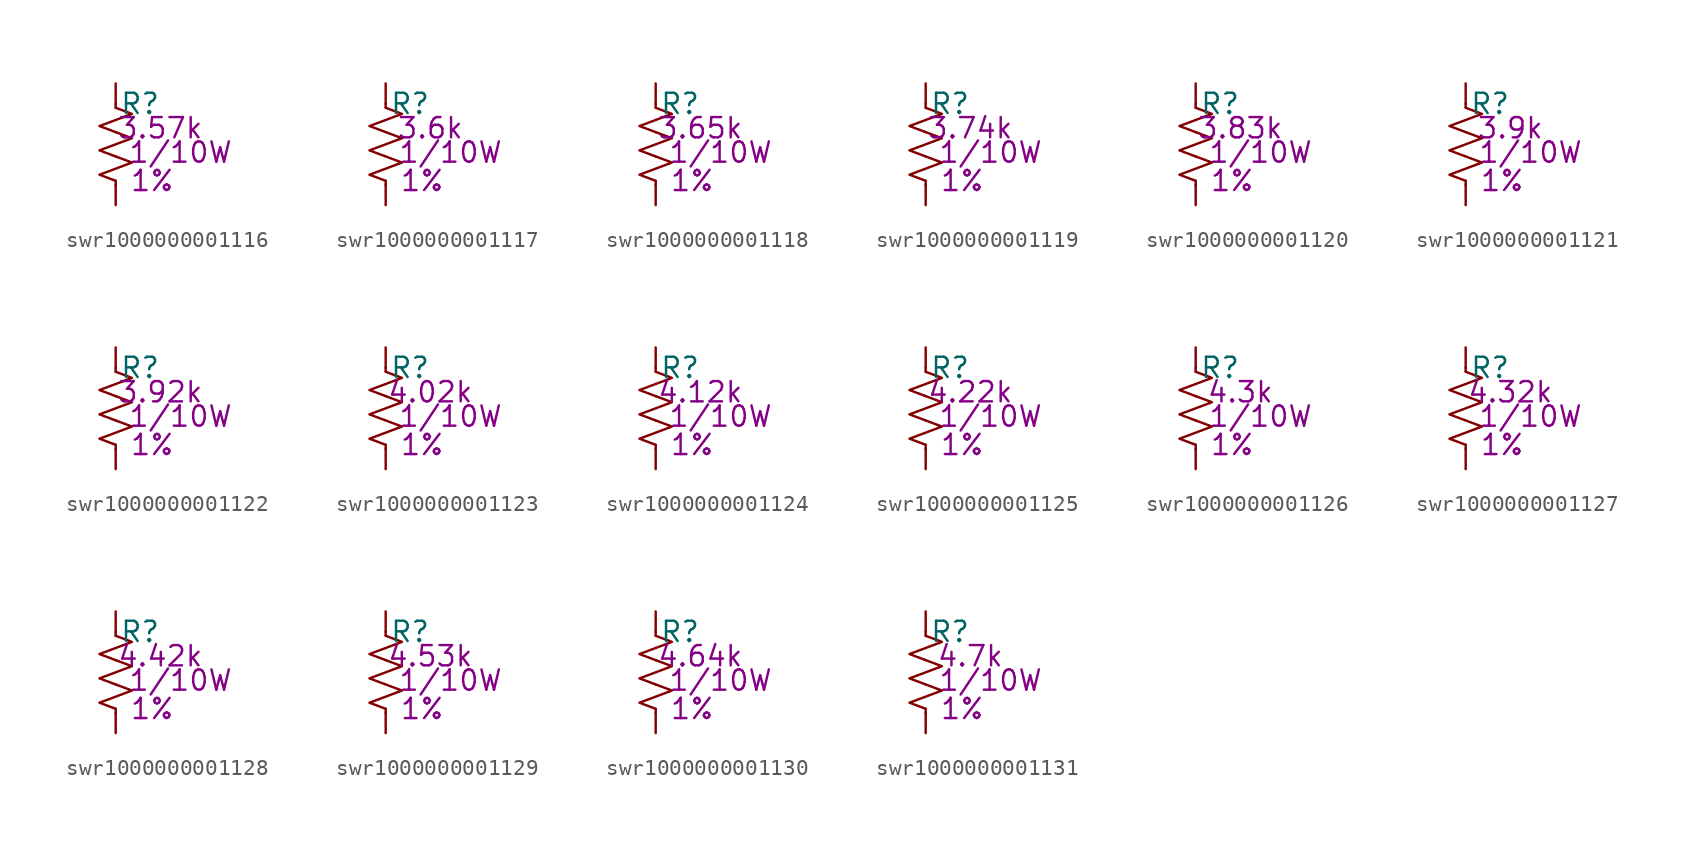
<source format=kicad_sym>
(kicad_symbol_lib
  (version 20211014)
  (generator kicad_symbol_editor)
  (symbol "swr1000000001116"
    (pin_numbers hide)
    (pin_names
      (offset 1.016))
    (property "Reference" "R"
      (at 1.524 2.54 0)
      (effects (font (size 1.27 1.27))))
    (property "Tolerance" "1%"
      (at 2.286 -2.286 0)
      (effects (font (size 1.27 1.27))))
    (property "Wattage" "1/10W"
      (at 4.064 -0.508 0)
      (effects (font (size 1.27 1.27))))
    (property "PartValue" "3.57k"
      (at 2.794 1.016 0)
      (effects (font (size 1.27 1.27))))
    (symbol "swr1000000001116_1_1"
      (polyline (pts (xy 0 -2.286) (xy 0 -2.54)) (stroke (width 0) (type default) (color 0 0 0 0)) (fill (type none)))
      (polyline (pts (xy 0 2.286) (xy 0 2.54)) (stroke (width 0) (type default) (color 0 0 0 0)) (fill (type none)))
      (polyline (pts (xy 0 -0.762) (xy 1.016 -1.143) (xy 0 -1.524) (xy -1.016 -1.905) (xy 0 -2.286)) (stroke (width 0) (type default) (color 0 0 0 0)) (fill (type none)))
      (polyline (pts (xy 0 0.762) (xy 1.016 0.381) (xy 0 0) (xy -1.016 -0.381) (xy 0 -0.762)) (stroke (width 0) (type default) (color 0 0 0 0)) (fill (type none)))
      (polyline (pts (xy 0 2.286) (xy 1.016 1.905) (xy 0 1.524) (xy -1.016 1.143) (xy 0 0.762)) (stroke (width 0) (type default) (color 0 0 0 0)) (fill (type none)))
      (pin passive line (at 0 3.81 270) (length 1.27) (name "~" (effects (font (size 1.27 1.27)))) (number "1" (effects (font (size 1.27 1.27)))))
      (pin passive line (at 0 -3.81 90) (length 1.27) (name "~" (effects (font (size 1.27 1.27)))) (number "2" (effects (font (size 1.27 1.27)))))))
  (symbol "swr1000000001117"
    (pin_numbers hide)
    (pin_names
      (offset 1.016))
    (property "Reference" "R"
      (at 1.524 2.54 0)
      (effects (font (size 1.27 1.27))))
    (property "Tolerance" "1%"
      (at 2.286 -2.286 0)
      (effects (font (size 1.27 1.27))))
    (property "Wattage" "1/10W"
      (at 4.064 -0.508 0)
      (effects (font (size 1.27 1.27))))
    (property "PartValue" "3.6k"
      (at 2.794 1.016 0)
      (effects (font (size 1.27 1.27))))
    (symbol "swr1000000001117_1_1"
      (polyline (pts (xy 0 -2.286) (xy 0 -2.54)) (stroke (width 0) (type default) (color 0 0 0 0)) (fill (type none)))
      (polyline (pts (xy 0 2.286) (xy 0 2.54)) (stroke (width 0) (type default) (color 0 0 0 0)) (fill (type none)))
      (polyline (pts (xy 0 -0.762) (xy 1.016 -1.143) (xy 0 -1.524) (xy -1.016 -1.905) (xy 0 -2.286)) (stroke (width 0) (type default) (color 0 0 0 0)) (fill (type none)))
      (polyline (pts (xy 0 0.762) (xy 1.016 0.381) (xy 0 0) (xy -1.016 -0.381) (xy 0 -0.762)) (stroke (width 0) (type default) (color 0 0 0 0)) (fill (type none)))
      (polyline (pts (xy 0 2.286) (xy 1.016 1.905) (xy 0 1.524) (xy -1.016 1.143) (xy 0 0.762)) (stroke (width 0) (type default) (color 0 0 0 0)) (fill (type none)))
      (pin passive line (at 0 3.81 270) (length 1.27) (name "~" (effects (font (size 1.27 1.27)))) (number "1" (effects (font (size 1.27 1.27)))))
      (pin passive line (at 0 -3.81 90) (length 1.27) (name "~" (effects (font (size 1.27 1.27)))) (number "2" (effects (font (size 1.27 1.27)))))))
  (symbol "swr1000000001118"
    (pin_numbers hide)
    (pin_names
      (offset 1.016))
    (property "Reference" "R"
      (at 1.524 2.54 0)
      (effects (font (size 1.27 1.27))))
    (property "Tolerance" "1%"
      (at 2.286 -2.286 0)
      (effects (font (size 1.27 1.27))))
    (property "Wattage" "1/10W"
      (at 4.064 -0.508 0)
      (effects (font (size 1.27 1.27))))
    (property "PartValue" "3.65k"
      (at 2.794 1.016 0)
      (effects (font (size 1.27 1.27))))
    (symbol "swr1000000001118_1_1"
      (polyline (pts (xy 0 -2.286) (xy 0 -2.54)) (stroke (width 0) (type default) (color 0 0 0 0)) (fill (type none)))
      (polyline (pts (xy 0 2.286) (xy 0 2.54)) (stroke (width 0) (type default) (color 0 0 0 0)) (fill (type none)))
      (polyline (pts (xy 0 -0.762) (xy 1.016 -1.143) (xy 0 -1.524) (xy -1.016 -1.905) (xy 0 -2.286)) (stroke (width 0) (type default) (color 0 0 0 0)) (fill (type none)))
      (polyline (pts (xy 0 0.762) (xy 1.016 0.381) (xy 0 0) (xy -1.016 -0.381) (xy 0 -0.762)) (stroke (width 0) (type default) (color 0 0 0 0)) (fill (type none)))
      (polyline (pts (xy 0 2.286) (xy 1.016 1.905) (xy 0 1.524) (xy -1.016 1.143) (xy 0 0.762)) (stroke (width 0) (type default) (color 0 0 0 0)) (fill (type none)))
      (pin passive line (at 0 3.81 270) (length 1.27) (name "~" (effects (font (size 1.27 1.27)))) (number "1" (effects (font (size 1.27 1.27)))))
      (pin passive line (at 0 -3.81 90) (length 1.27) (name "~" (effects (font (size 1.27 1.27)))) (number "2" (effects (font (size 1.27 1.27)))))))
  (symbol "swr1000000001119"
    (pin_numbers hide)
    (pin_names
      (offset 1.016))
    (property "Reference" "R"
      (at 1.524 2.54 0)
      (effects (font (size 1.27 1.27))))
    (property "Tolerance" "1%"
      (at 2.286 -2.286 0)
      (effects (font (size 1.27 1.27))))
    (property "Wattage" "1/10W"
      (at 4.064 -0.508 0)
      (effects (font (size 1.27 1.27))))
    (property "PartValue" "3.74k"
      (at 2.794 1.016 0)
      (effects (font (size 1.27 1.27))))
    (symbol "swr1000000001119_1_1"
      (polyline (pts (xy 0 -2.286) (xy 0 -2.54)) (stroke (width 0) (type default) (color 0 0 0 0)) (fill (type none)))
      (polyline (pts (xy 0 2.286) (xy 0 2.54)) (stroke (width 0) (type default) (color 0 0 0 0)) (fill (type none)))
      (polyline (pts (xy 0 -0.762) (xy 1.016 -1.143) (xy 0 -1.524) (xy -1.016 -1.905) (xy 0 -2.286)) (stroke (width 0) (type default) (color 0 0 0 0)) (fill (type none)))
      (polyline (pts (xy 0 0.762) (xy 1.016 0.381) (xy 0 0) (xy -1.016 -0.381) (xy 0 -0.762)) (stroke (width 0) (type default) (color 0 0 0 0)) (fill (type none)))
      (polyline (pts (xy 0 2.286) (xy 1.016 1.905) (xy 0 1.524) (xy -1.016 1.143) (xy 0 0.762)) (stroke (width 0) (type default) (color 0 0 0 0)) (fill (type none)))
      (pin passive line (at 0 3.81 270) (length 1.27) (name "~" (effects (font (size 1.27 1.27)))) (number "1" (effects (font (size 1.27 1.27)))))
      (pin passive line (at 0 -3.81 90) (length 1.27) (name "~" (effects (font (size 1.27 1.27)))) (number "2" (effects (font (size 1.27 1.27)))))))
  (symbol "swr1000000001120"
    (pin_numbers hide)
    (pin_names
      (offset 1.016))
    (property "Reference" "R"
      (at 1.524 2.54 0)
      (effects (font (size 1.27 1.27))))
    (property "Tolerance" "1%"
      (at 2.286 -2.286 0)
      (effects (font (size 1.27 1.27))))
    (property "Wattage" "1/10W"
      (at 4.064 -0.508 0)
      (effects (font (size 1.27 1.27))))
    (property "PartValue" "3.83k"
      (at 2.794 1.016 0)
      (effects (font (size 1.27 1.27))))
    (symbol "swr1000000001120_1_1"
      (polyline (pts (xy 0 -2.286) (xy 0 -2.54)) (stroke (width 0) (type default) (color 0 0 0 0)) (fill (type none)))
      (polyline (pts (xy 0 2.286) (xy 0 2.54)) (stroke (width 0) (type default) (color 0 0 0 0)) (fill (type none)))
      (polyline (pts (xy 0 -0.762) (xy 1.016 -1.143) (xy 0 -1.524) (xy -1.016 -1.905) (xy 0 -2.286)) (stroke (width 0) (type default) (color 0 0 0 0)) (fill (type none)))
      (polyline (pts (xy 0 0.762) (xy 1.016 0.381) (xy 0 0) (xy -1.016 -0.381) (xy 0 -0.762)) (stroke (width 0) (type default) (color 0 0 0 0)) (fill (type none)))
      (polyline (pts (xy 0 2.286) (xy 1.016 1.905) (xy 0 1.524) (xy -1.016 1.143) (xy 0 0.762)) (stroke (width 0) (type default) (color 0 0 0 0)) (fill (type none)))
      (pin passive line (at 0 3.81 270) (length 1.27) (name "~" (effects (font (size 1.27 1.27)))) (number "1" (effects (font (size 1.27 1.27)))))
      (pin passive line (at 0 -3.81 90) (length 1.27) (name "~" (effects (font (size 1.27 1.27)))) (number "2" (effects (font (size 1.27 1.27)))))))
  (symbol "swr1000000001121"
    (pin_numbers hide)
    (pin_names
      (offset 1.016))
    (property "Reference" "R"
      (at 1.524 2.54 0)
      (effects (font (size 1.27 1.27))))
    (property "Tolerance" "1%"
      (at 2.286 -2.286 0)
      (effects (font (size 1.27 1.27))))
    (property "Wattage" "1/10W"
      (at 4.064 -0.508 0)
      (effects (font (size 1.27 1.27))))
    (property "PartValue" "3.9k"
      (at 2.794 1.016 0)
      (effects (font (size 1.27 1.27))))
    (symbol "swr1000000001121_1_1"
      (polyline (pts (xy 0 -2.286) (xy 0 -2.54)) (stroke (width 0) (type default) (color 0 0 0 0)) (fill (type none)))
      (polyline (pts (xy 0 2.286) (xy 0 2.54)) (stroke (width 0) (type default) (color 0 0 0 0)) (fill (type none)))
      (polyline (pts (xy 0 -0.762) (xy 1.016 -1.143) (xy 0 -1.524) (xy -1.016 -1.905) (xy 0 -2.286)) (stroke (width 0) (type default) (color 0 0 0 0)) (fill (type none)))
      (polyline (pts (xy 0 0.762) (xy 1.016 0.381) (xy 0 0) (xy -1.016 -0.381) (xy 0 -0.762)) (stroke (width 0) (type default) (color 0 0 0 0)) (fill (type none)))
      (polyline (pts (xy 0 2.286) (xy 1.016 1.905) (xy 0 1.524) (xy -1.016 1.143) (xy 0 0.762)) (stroke (width 0) (type default) (color 0 0 0 0)) (fill (type none)))
      (pin passive line (at 0 3.81 270) (length 1.27) (name "~" (effects (font (size 1.27 1.27)))) (number "1" (effects (font (size 1.27 1.27)))))
      (pin passive line (at 0 -3.81 90) (length 1.27) (name "~" (effects (font (size 1.27 1.27)))) (number "2" (effects (font (size 1.27 1.27)))))))
  (symbol "swr1000000001122"
    (pin_numbers hide)
    (pin_names
      (offset 1.016))
    (property "Reference" "R"
      (at 1.524 2.54 0)
      (effects (font (size 1.27 1.27))))
    (property "Tolerance" "1%"
      (at 2.286 -2.286 0)
      (effects (font (size 1.27 1.27))))
    (property "Wattage" "1/10W"
      (at 4.064 -0.508 0)
      (effects (font (size 1.27 1.27))))
    (property "PartValue" "3.92k"
      (at 2.794 1.016 0)
      (effects (font (size 1.27 1.27))))
    (symbol "swr1000000001122_1_1"
      (polyline (pts (xy 0 -2.286) (xy 0 -2.54)) (stroke (width 0) (type default) (color 0 0 0 0)) (fill (type none)))
      (polyline (pts (xy 0 2.286) (xy 0 2.54)) (stroke (width 0) (type default) (color 0 0 0 0)) (fill (type none)))
      (polyline (pts (xy 0 -0.762) (xy 1.016 -1.143) (xy 0 -1.524) (xy -1.016 -1.905) (xy 0 -2.286)) (stroke (width 0) (type default) (color 0 0 0 0)) (fill (type none)))
      (polyline (pts (xy 0 0.762) (xy 1.016 0.381) (xy 0 0) (xy -1.016 -0.381) (xy 0 -0.762)) (stroke (width 0) (type default) (color 0 0 0 0)) (fill (type none)))
      (polyline (pts (xy 0 2.286) (xy 1.016 1.905) (xy 0 1.524) (xy -1.016 1.143) (xy 0 0.762)) (stroke (width 0) (type default) (color 0 0 0 0)) (fill (type none)))
      (pin passive line (at 0 3.81 270) (length 1.27) (name "~" (effects (font (size 1.27 1.27)))) (number "1" (effects (font (size 1.27 1.27)))))
      (pin passive line (at 0 -3.81 90) (length 1.27) (name "~" (effects (font (size 1.27 1.27)))) (number "2" (effects (font (size 1.27 1.27)))))))
  (symbol "swr1000000001123"
    (pin_numbers hide)
    (pin_names
      (offset 1.016))
    (property "Reference" "R"
      (at 1.524 2.54 0)
      (effects (font (size 1.27 1.27))))
    (property "Tolerance" "1%"
      (at 2.286 -2.286 0)
      (effects (font (size 1.27 1.27))))
    (property "Wattage" "1/10W"
      (at 4.064 -0.508 0)
      (effects (font (size 1.27 1.27))))
    (property "PartValue" "4.02k"
      (at 2.794 1.016 0)
      (effects (font (size 1.27 1.27))))
    (symbol "swr1000000001123_1_1"
      (polyline (pts (xy 0 -2.286) (xy 0 -2.54)) (stroke (width 0) (type default) (color 0 0 0 0)) (fill (type none)))
      (polyline (pts (xy 0 2.286) (xy 0 2.54)) (stroke (width 0) (type default) (color 0 0 0 0)) (fill (type none)))
      (polyline (pts (xy 0 -0.762) (xy 1.016 -1.143) (xy 0 -1.524) (xy -1.016 -1.905) (xy 0 -2.286)) (stroke (width 0) (type default) (color 0 0 0 0)) (fill (type none)))
      (polyline (pts (xy 0 0.762) (xy 1.016 0.381) (xy 0 0) (xy -1.016 -0.381) (xy 0 -0.762)) (stroke (width 0) (type default) (color 0 0 0 0)) (fill (type none)))
      (polyline (pts (xy 0 2.286) (xy 1.016 1.905) (xy 0 1.524) (xy -1.016 1.143) (xy 0 0.762)) (stroke (width 0) (type default) (color 0 0 0 0)) (fill (type none)))
      (pin passive line (at 0 3.81 270) (length 1.27) (name "~" (effects (font (size 1.27 1.27)))) (number "1" (effects (font (size 1.27 1.27)))))
      (pin passive line (at 0 -3.81 90) (length 1.27) (name "~" (effects (font (size 1.27 1.27)))) (number "2" (effects (font (size 1.27 1.27)))))))
  (symbol "swr1000000001124"
    (pin_numbers hide)
    (pin_names
      (offset 1.016))
    (property "Reference" "R"
      (at 1.524 2.54 0)
      (effects (font (size 1.27 1.27))))
    (property "Tolerance" "1%"
      (at 2.286 -2.286 0)
      (effects (font (size 1.27 1.27))))
    (property "Wattage" "1/10W"
      (at 4.064 -0.508 0)
      (effects (font (size 1.27 1.27))))
    (property "PartValue" "4.12k"
      (at 2.794 1.016 0)
      (effects (font (size 1.27 1.27))))
    (symbol "swr1000000001124_1_1"
      (polyline (pts (xy 0 -2.286) (xy 0 -2.54)) (stroke (width 0) (type default) (color 0 0 0 0)) (fill (type none)))
      (polyline (pts (xy 0 2.286) (xy 0 2.54)) (stroke (width 0) (type default) (color 0 0 0 0)) (fill (type none)))
      (polyline (pts (xy 0 -0.762) (xy 1.016 -1.143) (xy 0 -1.524) (xy -1.016 -1.905) (xy 0 -2.286)) (stroke (width 0) (type default) (color 0 0 0 0)) (fill (type none)))
      (polyline (pts (xy 0 0.762) (xy 1.016 0.381) (xy 0 0) (xy -1.016 -0.381) (xy 0 -0.762)) (stroke (width 0) (type default) (color 0 0 0 0)) (fill (type none)))
      (polyline (pts (xy 0 2.286) (xy 1.016 1.905) (xy 0 1.524) (xy -1.016 1.143) (xy 0 0.762)) (stroke (width 0) (type default) (color 0 0 0 0)) (fill (type none)))
      (pin passive line (at 0 3.81 270) (length 1.27) (name "~" (effects (font (size 1.27 1.27)))) (number "1" (effects (font (size 1.27 1.27)))))
      (pin passive line (at 0 -3.81 90) (length 1.27) (name "~" (effects (font (size 1.27 1.27)))) (number "2" (effects (font (size 1.27 1.27)))))))
  (symbol "swr1000000001125"
    (pin_numbers hide)
    (pin_names
      (offset 1.016))
    (property "Reference" "R"
      (at 1.524 2.54 0)
      (effects (font (size 1.27 1.27))))
    (property "Tolerance" "1%"
      (at 2.286 -2.286 0)
      (effects (font (size 1.27 1.27))))
    (property "Wattage" "1/10W"
      (at 4.064 -0.508 0)
      (effects (font (size 1.27 1.27))))
    (property "PartValue" "4.22k"
      (at 2.794 1.016 0)
      (effects (font (size 1.27 1.27))))
    (symbol "swr1000000001125_1_1"
      (polyline (pts (xy 0 -2.286) (xy 0 -2.54)) (stroke (width 0) (type default) (color 0 0 0 0)) (fill (type none)))
      (polyline (pts (xy 0 2.286) (xy 0 2.54)) (stroke (width 0) (type default) (color 0 0 0 0)) (fill (type none)))
      (polyline (pts (xy 0 -0.762) (xy 1.016 -1.143) (xy 0 -1.524) (xy -1.016 -1.905) (xy 0 -2.286)) (stroke (width 0) (type default) (color 0 0 0 0)) (fill (type none)))
      (polyline (pts (xy 0 0.762) (xy 1.016 0.381) (xy 0 0) (xy -1.016 -0.381) (xy 0 -0.762)) (stroke (width 0) (type default) (color 0 0 0 0)) (fill (type none)))
      (polyline (pts (xy 0 2.286) (xy 1.016 1.905) (xy 0 1.524) (xy -1.016 1.143) (xy 0 0.762)) (stroke (width 0) (type default) (color 0 0 0 0)) (fill (type none)))
      (pin passive line (at 0 3.81 270) (length 1.27) (name "~" (effects (font (size 1.27 1.27)))) (number "1" (effects (font (size 1.27 1.27)))))
      (pin passive line (at 0 -3.81 90) (length 1.27) (name "~" (effects (font (size 1.27 1.27)))) (number "2" (effects (font (size 1.27 1.27)))))))
  (symbol "swr1000000001126"
    (pin_numbers hide)
    (pin_names
      (offset 1.016))
    (property "Reference" "R"
      (at 1.524 2.54 0)
      (effects (font (size 1.27 1.27))))
    (property "Tolerance" "1%"
      (at 2.286 -2.286 0)
      (effects (font (size 1.27 1.27))))
    (property "Wattage" "1/10W"
      (at 4.064 -0.508 0)
      (effects (font (size 1.27 1.27))))
    (property "PartValue" "4.3k"
      (at 2.794 1.016 0)
      (effects (font (size 1.27 1.27))))
    (symbol "swr1000000001126_1_1"
      (polyline (pts (xy 0 -2.286) (xy 0 -2.54)) (stroke (width 0) (type default) (color 0 0 0 0)) (fill (type none)))
      (polyline (pts (xy 0 2.286) (xy 0 2.54)) (stroke (width 0) (type default) (color 0 0 0 0)) (fill (type none)))
      (polyline (pts (xy 0 -0.762) (xy 1.016 -1.143) (xy 0 -1.524) (xy -1.016 -1.905) (xy 0 -2.286)) (stroke (width 0) (type default) (color 0 0 0 0)) (fill (type none)))
      (polyline (pts (xy 0 0.762) (xy 1.016 0.381) (xy 0 0) (xy -1.016 -0.381) (xy 0 -0.762)) (stroke (width 0) (type default) (color 0 0 0 0)) (fill (type none)))
      (polyline (pts (xy 0 2.286) (xy 1.016 1.905) (xy 0 1.524) (xy -1.016 1.143) (xy 0 0.762)) (stroke (width 0) (type default) (color 0 0 0 0)) (fill (type none)))
      (pin passive line (at 0 3.81 270) (length 1.27) (name "~" (effects (font (size 1.27 1.27)))) (number "1" (effects (font (size 1.27 1.27)))))
      (pin passive line (at 0 -3.81 90) (length 1.27) (name "~" (effects (font (size 1.27 1.27)))) (number "2" (effects (font (size 1.27 1.27)))))))
  (symbol "swr1000000001127"
    (pin_numbers hide)
    (pin_names
      (offset 1.016))
    (property "Reference" "R"
      (at 1.524 2.54 0)
      (effects (font (size 1.27 1.27))))
    (property "Tolerance" "1%"
      (at 2.286 -2.286 0)
      (effects (font (size 1.27 1.27))))
    (property "Wattage" "1/10W"
      (at 4.064 -0.508 0)
      (effects (font (size 1.27 1.27))))
    (property "PartValue" "4.32k"
      (at 2.794 1.016 0)
      (effects (font (size 1.27 1.27))))
    (symbol "swr1000000001127_1_1"
      (polyline (pts (xy 0 -2.286) (xy 0 -2.54)) (stroke (width 0) (type default) (color 0 0 0 0)) (fill (type none)))
      (polyline (pts (xy 0 2.286) (xy 0 2.54)) (stroke (width 0) (type default) (color 0 0 0 0)) (fill (type none)))
      (polyline (pts (xy 0 -0.762) (xy 1.016 -1.143) (xy 0 -1.524) (xy -1.016 -1.905) (xy 0 -2.286)) (stroke (width 0) (type default) (color 0 0 0 0)) (fill (type none)))
      (polyline (pts (xy 0 0.762) (xy 1.016 0.381) (xy 0 0) (xy -1.016 -0.381) (xy 0 -0.762)) (stroke (width 0) (type default) (color 0 0 0 0)) (fill (type none)))
      (polyline (pts (xy 0 2.286) (xy 1.016 1.905) (xy 0 1.524) (xy -1.016 1.143) (xy 0 0.762)) (stroke (width 0) (type default) (color 0 0 0 0)) (fill (type none)))
      (pin passive line (at 0 3.81 270) (length 1.27) (name "~" (effects (font (size 1.27 1.27)))) (number "1" (effects (font (size 1.27 1.27)))))
      (pin passive line (at 0 -3.81 90) (length 1.27) (name "~" (effects (font (size 1.27 1.27)))) (number "2" (effects (font (size 1.27 1.27)))))))
  (symbol "swr1000000001128"
    (pin_numbers hide)
    (pin_names
      (offset 1.016))
    (property "Reference" "R"
      (at 1.524 2.54 0)
      (effects (font (size 1.27 1.27))))
    (property "Tolerance" "1%"
      (at 2.286 -2.286 0)
      (effects (font (size 1.27 1.27))))
    (property "Wattage" "1/10W"
      (at 4.064 -0.508 0)
      (effects (font (size 1.27 1.27))))
    (property "PartValue" "4.42k"
      (at 2.794 1.016 0)
      (effects (font (size 1.27 1.27))))
    (symbol "swr1000000001128_1_1"
      (polyline (pts (xy 0 -2.286) (xy 0 -2.54)) (stroke (width 0) (type default) (color 0 0 0 0)) (fill (type none)))
      (polyline (pts (xy 0 2.286) (xy 0 2.54)) (stroke (width 0) (type default) (color 0 0 0 0)) (fill (type none)))
      (polyline (pts (xy 0 -0.762) (xy 1.016 -1.143) (xy 0 -1.524) (xy -1.016 -1.905) (xy 0 -2.286)) (stroke (width 0) (type default) (color 0 0 0 0)) (fill (type none)))
      (polyline (pts (xy 0 0.762) (xy 1.016 0.381) (xy 0 0) (xy -1.016 -0.381) (xy 0 -0.762)) (stroke (width 0) (type default) (color 0 0 0 0)) (fill (type none)))
      (polyline (pts (xy 0 2.286) (xy 1.016 1.905) (xy 0 1.524) (xy -1.016 1.143) (xy 0 0.762)) (stroke (width 0) (type default) (color 0 0 0 0)) (fill (type none)))
      (pin passive line (at 0 3.81 270) (length 1.27) (name "~" (effects (font (size 1.27 1.27)))) (number "1" (effects (font (size 1.27 1.27)))))
      (pin passive line (at 0 -3.81 90) (length 1.27) (name "~" (effects (font (size 1.27 1.27)))) (number "2" (effects (font (size 1.27 1.27)))))))
  (symbol "swr1000000001129"
    (pin_numbers hide)
    (pin_names
      (offset 1.016))
    (property "Reference" "R"
      (at 1.524 2.54 0)
      (effects (font (size 1.27 1.27))))
    (property "Tolerance" "1%"
      (at 2.286 -2.286 0)
      (effects (font (size 1.27 1.27))))
    (property "Wattage" "1/10W"
      (at 4.064 -0.508 0)
      (effects (font (size 1.27 1.27))))
    (property "PartValue" "4.53k"
      (at 2.794 1.016 0)
      (effects (font (size 1.27 1.27))))
    (symbol "swr1000000001129_1_1"
      (polyline (pts (xy 0 -2.286) (xy 0 -2.54)) (stroke (width 0) (type default) (color 0 0 0 0)) (fill (type none)))
      (polyline (pts (xy 0 2.286) (xy 0 2.54)) (stroke (width 0) (type default) (color 0 0 0 0)) (fill (type none)))
      (polyline (pts (xy 0 -0.762) (xy 1.016 -1.143) (xy 0 -1.524) (xy -1.016 -1.905) (xy 0 -2.286)) (stroke (width 0) (type default) (color 0 0 0 0)) (fill (type none)))
      (polyline (pts (xy 0 0.762) (xy 1.016 0.381) (xy 0 0) (xy -1.016 -0.381) (xy 0 -0.762)) (stroke (width 0) (type default) (color 0 0 0 0)) (fill (type none)))
      (polyline (pts (xy 0 2.286) (xy 1.016 1.905) (xy 0 1.524) (xy -1.016 1.143) (xy 0 0.762)) (stroke (width 0) (type default) (color 0 0 0 0)) (fill (type none)))
      (pin passive line (at 0 3.81 270) (length 1.27) (name "~" (effects (font (size 1.27 1.27)))) (number "1" (effects (font (size 1.27 1.27)))))
      (pin passive line (at 0 -3.81 90) (length 1.27) (name "~" (effects (font (size 1.27 1.27)))) (number "2" (effects (font (size 1.27 1.27)))))))
  (symbol "swr1000000001130"
    (pin_numbers hide)
    (pin_names
      (offset 1.016))
    (property "Reference" "R"
      (at 1.524 2.54 0)
      (effects (font (size 1.27 1.27))))
    (property "Tolerance" "1%"
      (at 2.286 -2.286 0)
      (effects (font (size 1.27 1.27))))
    (property "Wattage" "1/10W"
      (at 4.064 -0.508 0)
      (effects (font (size 1.27 1.27))))
    (property "PartValue" "4.64k"
      (at 2.794 1.016 0)
      (effects (font (size 1.27 1.27))))
    (symbol "swr1000000001130_1_1"
      (polyline (pts (xy 0 -2.286) (xy 0 -2.54)) (stroke (width 0) (type default) (color 0 0 0 0)) (fill (type none)))
      (polyline (pts (xy 0 2.286) (xy 0 2.54)) (stroke (width 0) (type default) (color 0 0 0 0)) (fill (type none)))
      (polyline (pts (xy 0 -0.762) (xy 1.016 -1.143) (xy 0 -1.524) (xy -1.016 -1.905) (xy 0 -2.286)) (stroke (width 0) (type default) (color 0 0 0 0)) (fill (type none)))
      (polyline (pts (xy 0 0.762) (xy 1.016 0.381) (xy 0 0) (xy -1.016 -0.381) (xy 0 -0.762)) (stroke (width 0) (type default) (color 0 0 0 0)) (fill (type none)))
      (polyline (pts (xy 0 2.286) (xy 1.016 1.905) (xy 0 1.524) (xy -1.016 1.143) (xy 0 0.762)) (stroke (width 0) (type default) (color 0 0 0 0)) (fill (type none)))
      (pin passive line (at 0 3.81 270) (length 1.27) (name "~" (effects (font (size 1.27 1.27)))) (number "1" (effects (font (size 1.27 1.27)))))
      (pin passive line (at 0 -3.81 90) (length 1.27) (name "~" (effects (font (size 1.27 1.27)))) (number "2" (effects (font (size 1.27 1.27)))))))
  (symbol "swr1000000001131"
    (pin_numbers hide)
    (pin_names
      (offset 1.016))
    (property "Reference" "R"
      (at 1.524 2.54 0)
      (effects (font (size 1.27 1.27))))
    (property "Tolerance" "1%"
      (at 2.286 -2.286 0)
      (effects (font (size 1.27 1.27))))
    (property "Wattage" "1/10W"
      (at 4.064 -0.508 0)
      (effects (font (size 1.27 1.27))))
    (property "PartValue" "4.7k"
      (at 2.794 1.016 0)
      (effects (font (size 1.27 1.27))))
    (symbol "swr1000000001131_1_1"
      (polyline (pts (xy 0 -2.286) (xy 0 -2.54)) (stroke (width 0) (type default) (color 0 0 0 0)) (fill (type none)))
      (polyline (pts (xy 0 2.286) (xy 0 2.54)) (stroke (width 0) (type default) (color 0 0 0 0)) (fill (type none)))
      (polyline (pts (xy 0 -0.762) (xy 1.016 -1.143) (xy 0 -1.524) (xy -1.016 -1.905) (xy 0 -2.286)) (stroke (width 0) (type default) (color 0 0 0 0)) (fill (type none)))
      (polyline (pts (xy 0 0.762) (xy 1.016 0.381) (xy 0 0) (xy -1.016 -0.381) (xy 0 -0.762)) (stroke (width 0) (type default) (color 0 0 0 0)) (fill (type none)))
      (polyline (pts (xy 0 2.286) (xy 1.016 1.905) (xy 0 1.524) (xy -1.016 1.143) (xy 0 0.762)) (stroke (width 0) (type default) (color 0 0 0 0)) (fill (type none)))
      (pin passive line (at 0 3.81 270) (length 1.27) (name "~" (effects (font (size 1.27 1.27)))) (number "1" (effects (font (size 1.27 1.27)))))
      (pin passive line (at 0 -3.81 90) (length 1.27) (name "~" (effects (font (size 1.27 1.27)))) (number "2" (effects (font (size 1.27 1.27))))))))
</source>
